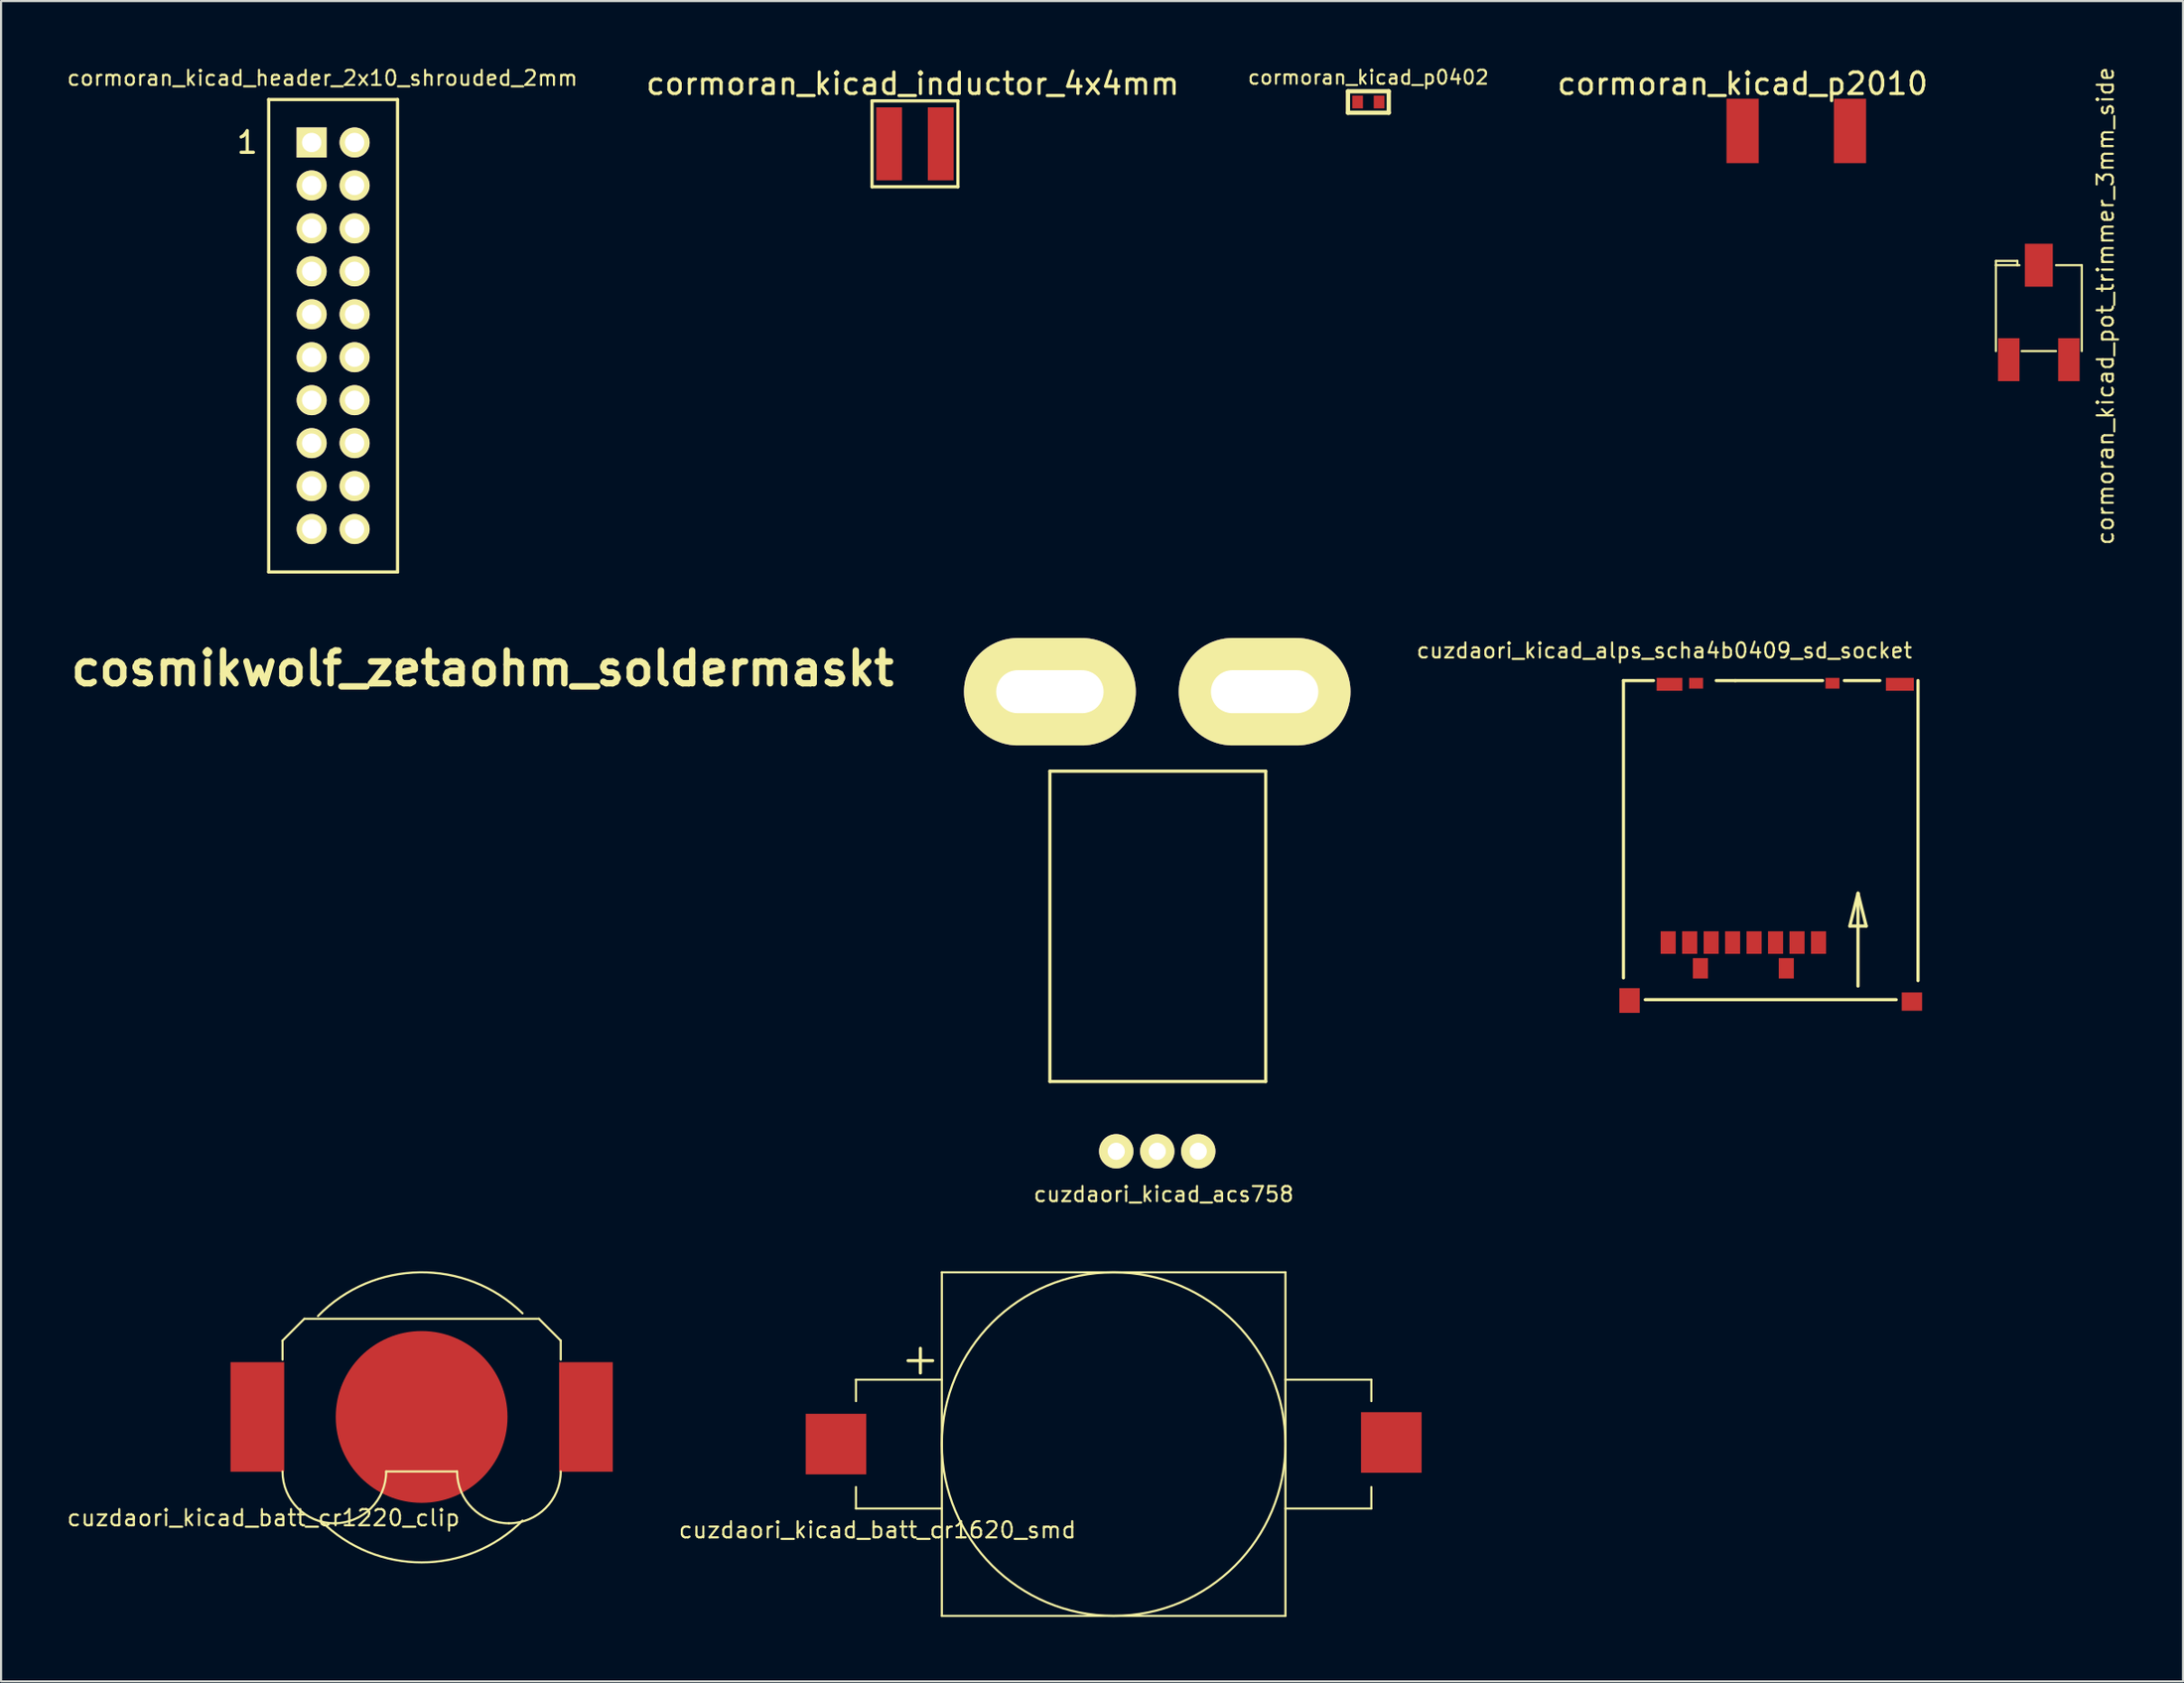
<source format=kicad_pcb>
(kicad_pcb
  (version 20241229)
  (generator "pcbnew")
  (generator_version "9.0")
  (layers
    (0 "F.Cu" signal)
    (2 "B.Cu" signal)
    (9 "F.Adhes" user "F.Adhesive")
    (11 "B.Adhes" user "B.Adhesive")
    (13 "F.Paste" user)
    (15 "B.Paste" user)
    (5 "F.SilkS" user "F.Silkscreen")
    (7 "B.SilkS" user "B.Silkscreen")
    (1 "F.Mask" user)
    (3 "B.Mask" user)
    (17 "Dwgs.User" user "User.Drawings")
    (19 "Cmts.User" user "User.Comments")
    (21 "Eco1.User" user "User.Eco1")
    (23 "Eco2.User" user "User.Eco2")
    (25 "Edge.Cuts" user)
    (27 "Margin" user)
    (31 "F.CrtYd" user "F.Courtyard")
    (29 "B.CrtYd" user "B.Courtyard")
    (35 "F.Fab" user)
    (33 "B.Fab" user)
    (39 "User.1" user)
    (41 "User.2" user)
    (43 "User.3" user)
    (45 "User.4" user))
  (footprint "cuzdaori_kicad_batt_cr1220_clip"
    (layer "F.Cu")
    (at 16.584 62.931)
    (property "Reference" "cuzdaori_kicad_batt_cr1220_clip" (at -7.366 4.699 0) (layer "F.SilkS") (effects (font (size 0.75 0.75) (thickness 0.1))))
    (attr through_hole)
    (fp_line (start -6.477 -3.556) (end -5.461 -4.572) (stroke (width 0.1) (type solid)) (layer "F.SilkS"))
    (fp_line (start -6.477 -2.667) (end -6.477 -3.556) (stroke (width 0.1) (type solid)) (layer "F.SilkS"))
    (fp_line (start -5.461 -4.572) (end 5.461 -4.572) (stroke (width 0.1) (type solid)) (layer "F.SilkS"))
    (fp_line (start 1.651 2.54) (end -1.651 2.54) (stroke (width 0.1) (type solid)) (layer "F.SilkS"))
    (fp_line (start 5.461 -4.572) (end 6.477 -3.556) (stroke (width 0.1) (type solid)) (layer "F.SilkS"))
    (fp_line (start 6.477 -3.556) (end 6.477 -2.667) (stroke (width 0.1) (type solid)) (layer "F.SilkS"))
    (fp_arc (start -4.826 -4.699) (mid -0.089803 -6.735192) (end 4.699 -4.826) (stroke (width 0.1) (type solid)) (layer "F.SilkS"))
    (fp_arc (start -4.064 4.953) (mid -5.770249 4.246249) (end -6.477 2.54) (stroke (width 0.1) (type solid)) (layer "F.SilkS"))
    (fp_arc (start -1.651 2.54) (mid -2.357751 4.246249) (end -4.064 4.953) (stroke (width 0.1) (type solid)) (layer "F.SilkS"))
    (fp_arc (start 4.064 4.953) (mid 2.357751 4.246249) (end 1.651 2.54) (stroke (width 0.1) (type solid)) (layer "F.SilkS"))
    (fp_arc (start 4.699 4.826) (mid 0 6.77239) (end -4.699 4.826) (stroke (width 0.1) (type solid)) (layer "F.SilkS"))
    (fp_arc (start 6.477 2.54) (mid 5.770249 4.246249) (end 4.064 4.953) (stroke (width 0.1) (type solid)) (layer "F.SilkS"))
    (pad "1" smd rect (at -7.65 0) (size 2.5 5.1) (layers "F.Cu" "F.Mask" "F.Paste"))
    (pad "2" smd rect (at 7.65 0) (size 2.5 5.1) (layers "F.Cu" "F.Mask" "F.Paste"))
    (pad "3" smd circle (at 0 0) (size 8 8) (layers "F.Cu" "F.Mask" "F.Paste")))
  (footprint "cormoran_kicad_header_2x10_shrouded_2mm"
    (layer "F.Cu")
    (at 11.463 3.585)
    (property "Reference" "cormoran_kicad_header_2x10_shrouded_2mm" (at 0.5 -3 0) (layer "F.SilkS") (effects (font (size 0.7 0.7) (thickness 0.1))))
    (attr through_hole)
    (fp_line (start -2 -2) (end 4 -2) (stroke (width 0.15) (type solid)) (layer "F.SilkS"))
    (fp_line (start -2 20) (end -2 -2) (stroke (width 0.15) (type solid)) (layer "F.SilkS"))
    (fp_line (start 4 -2) (end 4 20) (stroke (width 0.15) (type solid)) (layer "F.SilkS"))
    (fp_line (start 4 20) (end -2 20) (stroke (width 0.15) (type solid)) (layer "F.SilkS"))
    (fp_text user "1" (at -3 0 0) (layer "F.SilkS") (effects (font (size 1 1) (thickness 0.15))))
    (pad "1" thru_hole rect (at 0 0) (size 1.4 1.4) (drill 0.9) (layers "*.Cu" "*.Mask" "F.SilkS"))
    (pad "2" thru_hole circle (at 2 0) (size 1.4 1.4) (drill 0.9) (layers "*.Cu" "*.Mask" "F.SilkS"))
    (pad "3" thru_hole circle (at 0 2) (size 1.4 1.4) (drill 0.9) (layers "*.Cu" "*.Mask" "F.SilkS"))
    (pad "4" thru_hole circle (at 2 2) (size 1.4 1.4) (drill 0.9) (layers "*.Cu" "*.Mask" "F.SilkS"))
    (pad "5" thru_hole circle (at 0 4) (size 1.4 1.4) (drill 0.9) (layers "*.Cu" "*.Mask" "F.SilkS"))
    (pad "6" thru_hole circle (at 2 4) (size 1.4 1.4) (drill 0.9) (layers "*.Cu" "*.Mask" "F.SilkS"))
    (pad "7" thru_hole circle (at 0 6) (size 1.4 1.4) (drill 0.9) (layers "*.Cu" "*.Mask" "F.SilkS"))
    (pad "8" thru_hole circle (at 2 6) (size 1.4 1.4) (drill 0.9) (layers "*.Cu" "*.Mask" "F.SilkS"))
    (pad "9" thru_hole circle (at 0 8) (size 1.4 1.4) (drill 0.9) (layers "*.Cu" "*.Mask" "F.SilkS"))
    (pad "10" thru_hole circle (at 2 8) (size 1.4 1.4) (drill 0.9) (layers "*.Cu" "*.Mask" "F.SilkS"))
    (pad "11" thru_hole circle (at 0 10) (size 1.4 1.4) (drill 0.9) (layers "*.Cu" "*.Mask" "F.SilkS"))
    (pad "12" thru_hole circle (at 2 10) (size 1.4 1.4) (drill 0.9) (layers "*.Cu" "*.Mask" "F.SilkS"))
    (pad "13" thru_hole circle (at 0 12) (size 1.4 1.4) (drill 0.9) (layers "*.Cu" "*.Mask" "F.SilkS"))
    (pad "14" thru_hole circle (at 2 12) (size 1.4 1.4) (drill 0.9) (layers "*.Cu" "*.Mask" "F.SilkS"))
    (pad "15" thru_hole circle (at 0 14) (size 1.4 1.4) (drill 0.9) (layers "*.Cu" "*.Mask" "F.SilkS"))
    (pad "16" thru_hole circle (at 2 14) (size 1.4 1.4) (drill 0.9) (layers "*.Cu" "*.Mask" "F.SilkS"))
    (pad "17" thru_hole circle (at 0 16) (size 1.4 1.4) (drill 0.9) (layers "*.Cu" "*.Mask" "F.SilkS"))
    (pad "18" thru_hole circle (at 2 16) (size 1.4 1.4) (drill 0.9) (layers "*.Cu" "*.Mask" "F.SilkS"))
    (pad "19" thru_hole circle (at 0 18) (size 1.4 1.4) (drill 0.9) (layers "*.Cu" "*.Mask" "F.SilkS"))
    (pad "20" thru_hole circle (at 2 18) (size 1.4 1.4) (drill 0.9) (layers "*.Cu" "*.Mask" "F.SilkS")))
  (footprint "cuzdaori_kicad_alps_scha4b0409_sd_socket"
    (layer "F.Cu")
    (at 79.407 28.515)
    (property "Reference" "cuzdaori_kicad_alps_scha4b0409_sd_socket" (at -4.953 -1.27 0) (layer "F.SilkS") (effects (font (size 0.7 0.7) (thickness 0.1))))
    (attr through_hole)
    (fp_line (start -6.858 0.127) (end -5.461 0.127) (stroke (width 0.15) (type solid)) (layer "F.SilkS"))
    (fp_line (start -6.858 13.97) (end -6.858 0.127) (stroke (width 0.15) (type solid)) (layer "F.SilkS"))
    (fp_line (start -2.537 0.127) (end -1.648 0.127) (stroke (width 0.15) (type solid)) (layer "F.SilkS"))
    (fp_line (start -1.651 0.127) (end 2.413 0.127) (stroke (width 0.15) (type solid)) (layer "F.SilkS"))
    (fp_line (start 3.429 0.127) (end 5.08 0.127) (stroke (width 0.15) (type solid)) (layer "F.SilkS"))
    (fp_line (start 3.683 11.557) (end 4.445 11.557) (stroke (width 0.15) (type solid)) (layer "F.SilkS"))
    (fp_line (start 4.064 10.033) (end 3.683 11.557) (stroke (width 0.15) (type solid)) (layer "F.SilkS"))
    (fp_line (start 4.064 14.351) (end 4.064 10.033) (stroke (width 0.15) (type solid)) (layer "F.SilkS"))
    (fp_line (start 4.445 11.557) (end 4.064 10.033) (stroke (width 0.15) (type solid)) (layer "F.SilkS"))
    (fp_line (start 5.842 14.986) (end -5.842 14.986) (stroke (width 0.15) (type solid)) (layer "F.SilkS"))
    (fp_line (start 6.858 0.127) (end 6.858 14.097) (stroke (width 0.15) (type solid)) (layer "F.SilkS"))
    (pad "1" smd rect (at 2.225 12.325) (size 0.7 1.05) (layers "F.Cu" "F.Mask" "F.Paste"))
    (pad "2" smd rect (at 1.225 12.325) (size 0.7 1.05) (layers "F.Cu" "F.Mask" "F.Paste"))
    (pad "3" smd rect (at 0.225 12.325) (size 0.7 1.05) (layers "F.Cu" "F.Mask" "F.Paste"))
    (pad "4" smd rect (at -0.775 12.325) (size 0.7 1.05) (layers "F.Cu" "F.Mask" "F.Paste"))
    (pad "5" smd rect (at -1.775 12.325) (size 0.7 1.05) (layers "F.Cu" "F.Mask" "F.Paste"))
    (pad "6" smd rect (at -2.775 12.325) (size 0.7 1.05) (layers "F.Cu" "F.Mask" "F.Paste"))
    (pad "7" smd rect (at -3.775 12.325) (size 0.7 1.05) (layers "F.Cu" "F.Mask" "F.Paste"))
    (pad "8" smd rect (at -4.775 12.325) (size 0.7 1.05) (layers "F.Cu" "F.Mask" "F.Paste"))
    (pad "9" smd rect (at -3.475 0.25) (size 0.65 0.5) (layers "F.Cu" "F.Mask" "F.Paste"))
    (pad "10" smd rect (at 2.875 0.25) (size 0.65 0.5) (layers "F.Cu" "F.Mask" "F.Paste"))
    (pad "11" smd rect (at 6.575 15.075) (size 0.95 0.85) (layers "F.Cu" "F.Mask" "F.Paste"))
    (pad "12" smd rect (at -6.575 15.025) (size 0.95 1.15) (layers "F.Cu" "F.Mask" "F.Paste"))
    (pad "13" smd rect (at 0.725 13.525) (size 0.7 0.95) (layers "F.Cu" "F.Mask" "F.Paste"))
    (pad "14" smd rect (at -3.275 13.525) (size 0.7 0.95) (layers "F.Cu" "F.Mask" "F.Paste"))
    (pad "15" smd rect (at 6.013 0.3) (size 1.3 0.6) (layers "F.Cu" "F.Mask" "F.Paste"))
    (pad "16" smd rect (at -4.713 0.3) (size 1.2 0.6) (layers "F.Cu" "F.Mask" "F.Paste")))
  (footprint "cormoran_kicad_p0402"
    (layer "F.Cu")
    (at 60.67 1.701)
    (property "Reference" "cormoran_kicad_p0402" (at 0 -1.15 0) (layer "F.SilkS") (effects (font (size 0.65 0.65) (thickness 0.098))))
    (attr smd)
    (fp_line (start -0.95 -0.5) (end 0.95 -0.5) (stroke (width 0.2) (type solid)) (layer "F.SilkS"))
    (fp_line (start -0.95 0.5) (end -0.95 -0.5) (stroke (width 0.2) (type solid)) (layer "F.SilkS"))
    (fp_line (start 0.95 -0.5) (end 0.95 0.5) (stroke (width 0.2) (type solid)) (layer "F.SilkS"))
    (fp_line (start 0.95 0.5) (end -0.95 0.5) (stroke (width 0.2) (type solid)) (layer "F.SilkS"))
    (pad "1" smd rect (at -0.5 0) (size 0.5 0.6) (layers "F.Cu" "F.Mask" "F.Paste"))
    (pad "2" smd rect (at 0.5 0) (size 0.5 0.6) (layers "F.Cu" "F.Mask" "F.Paste")))
  (footprint "cormoran_kicad_p2010"
    (layer "F.Cu")
    (at 80.597 3.048)
    (property "Reference" "cormoran_kicad_p2010" (at -2.5 -2.2 0) (layer "F.SilkS") (effects (font (size 1 1) (thickness 0.15))))
    (attr through_hole)
    (pad "1" smd rect (at -2.5 0) (size 1.5 3) (layers "F.Cu" "F.Mask" "F.Paste"))
    (pad "2" smd rect (at 2.5 0) (size 1.5 3) (layers "F.Cu" "F.Mask" "F.Paste")))
  (footprint "cormoran_kicad_inductor_4x4mm"
    (layer "F.Cu")
    (at 39.556 3.648)
    (property "Reference" "cormoran_kicad_inductor_4x4mm" (at -0.1 -2.8 0) (layer "F.SilkS") (effects (font (size 1 1) (thickness 0.15))))
    (attr through_hole)
    (fp_line (start -2 -2) (end 2 -2) (stroke (width 0.15) (type solid)) (layer "F.SilkS"))
    (fp_line (start -2 2) (end -2 -2) (stroke (width 0.15) (type solid)) (layer "F.SilkS"))
    (fp_line (start 2 -2) (end 2 2) (stroke (width 0.15) (type solid)) (layer "F.SilkS"))
    (fp_line (start 2 2) (end -2 2) (stroke (width 0.15) (type solid)) (layer "F.SilkS"))
    (pad "1" smd rect (at -1.2 0) (size 1.2 3.4) (layers "F.Cu" "F.Mask" "F.Paste"))
    (pad "2" smd rect (at 1.2 0) (size 1.2 3.4) (layers "F.Cu" "F.Mask" "F.Paste")))
  (footprint "cuzdaori_kicad_acs758"
    (layer "F.Cu")
    (at 50.84 29.16)
    (property "Reference" "cuzdaori_kicad_acs758" (at 0.3 23.4 0) (layer "F.SilkS") (effects (font (size 0.7 0.7) (thickness 0.1))))
    (attr through_hole)
    (fp_line (start -5 3.7) (end 5.05 3.7) (stroke (width 0.15) (type solid)) (layer "F.SilkS"))
    (fp_line (start -5 18.15) (end -5 3.7) (stroke (width 0.15) (type solid)) (layer "F.SilkS"))
    (fp_line (start 5.05 3.7) (end 5.05 18.15) (stroke (width 0.15) (type solid)) (layer "F.SilkS"))
    (fp_line (start 5.05 18.15) (end -5 18.15) (stroke (width 0.15) (type solid)) (layer "F.SilkS"))
    (pad "1" thru_hole oval (at 5 0) (size 8 5) (drill oval 5 2) (layers "*.Cu" "*.Mask" "F.SilkS"))
    (pad "2" thru_hole oval (at -5 0) (size 8 5) (drill oval 5 2) (layers "*.Cu" "*.Mask" "F.SilkS"))
    (pad "3" thru_hole circle (at -1.91 21.4) (size 1.6 1.6) (drill 0.8) (layers "*.Cu" "*.Mask" "F.SilkS"))
    (pad "4" thru_hole circle (at 0 21.4) (size 1.6 1.6) (drill 0.8) (layers "*.Cu" "*.Mask" "F.SilkS"))
    (pad "5" thru_hole circle (at 1.91 21.4) (size 1.6 1.6) (drill 0.8) (layers "*.Cu" "*.Mask" "F.SilkS")))
  (footprint "cormoran_kicad_pot_trimmer_3mm_side"
    (layer "F.Cu")
    (at 91.892 9.3)
    (property "Reference" "cormoran_kicad_pot_trimmer_3mm_side" (at 3.1 1.9 90) (layer "F.SilkS") (effects (font (size 0.75 0.75) (thickness 0.1))))
    (attr through_hole)
    (fp_line (start -2 -0.2) (end -1 -0.2) (stroke (width 0.1) (type solid)) (layer "F.SilkS"))
    (fp_line (start -2 0) (end -2 -0.2) (stroke (width 0.1) (type solid)) (layer "F.SilkS"))
    (fp_line (start -2 0) (end -2 4) (stroke (width 0.1) (type solid)) (layer "F.SilkS"))
    (fp_line (start -1 -0.2) (end -1 0) (stroke (width 0.1) (type solid)) (layer "F.SilkS"))
    (fp_line (start -0.9 0) (end -2 0) (stroke (width 0.1) (type solid)) (layer "F.SilkS"))
    (fp_line (start -0.8 4) (end 0.8 4) (stroke (width 0.1) (type solid)) (layer "F.SilkS"))
    (fp_line (start 2 0) (end 0.8 0) (stroke (width 0.1) (type solid)) (layer "F.SilkS"))
    (fp_line (start 2 4) (end 2 0) (stroke (width 0.1) (type solid)) (layer "F.SilkS"))
    (pad "1" smd rect (at 1.4 4.4) (size 1 2) (layers "F.Cu" "F.Mask" "F.Paste"))
    (pad "2" smd rect (at -1.4 4.4) (size 1 2) (layers "F.Cu" "F.Mask" "F.Paste"))
    (pad "3" smd rect (at 0 0) (size 1.3 2) (layers "F.Cu" "F.Mask" "F.Paste")))
  (footprint "cuzdaori_kicad_batt_cr1620_smd"
    (layer "F.Cu")
    (at 48.809 64.195)
    (property "Reference" "cuzdaori_kicad_batt_cr1620_smd" (at -11 4 0) (layer "F.SilkS") (effects (font (size 0.75 0.75) (thickness 0.1))))
    (attr through_hole)
    (fp_line (start -12 -3) (end -8 -3) (stroke (width 0.1) (type solid)) (layer "F.SilkS"))
    (fp_line (start -12 -2) (end -12 -3) (stroke (width 0.1) (type solid)) (layer "F.SilkS"))
    (fp_line (start -12 3) (end -12 2) (stroke (width 0.1) (type solid)) (layer "F.SilkS"))
    (fp_line (start -8 -8) (end 8 -8) (stroke (width 0.1) (type solid)) (layer "F.SilkS"))
    (fp_line (start -8 3) (end -12 3) (stroke (width 0.1) (type solid)) (layer "F.SilkS"))
    (fp_line (start -8 8) (end -8 -8) (stroke (width 0.1) (type solid)) (layer "F.SilkS"))
    (fp_line (start 8 -8) (end 8 8) (stroke (width 0.1) (type solid)) (layer "F.SilkS"))
    (fp_line (start 8 -3) (end 12 -3) (stroke (width 0.1) (type solid)) (layer "F.SilkS"))
    (fp_line (start 8 8) (end -8 8) (stroke (width 0.1) (type solid)) (layer "F.SilkS"))
    (fp_line (start 12 -3) (end 12 -2) (stroke (width 0.1) (type solid)) (layer "F.SilkS"))
    (fp_line (start 12 2) (end 12 3) (stroke (width 0.1) (type solid)) (layer "F.SilkS"))
    (fp_line (start 12 3) (end 8 3) (stroke (width 0.1) (type solid)) (layer "F.SilkS"))
    (fp_circle (center 0 0) (end 8 0) (stroke (width 0.1) (type solid)) (fill no) (layer "F.SilkS"))
    (fp_text user "+" (at -9 -4 0) (layer "F.SilkS") (effects (font (size 1.5 1.5) (thickness 0.15))))
    (pad "+" smd rect (at -12.93 0) (size 2.82 2.82) (layers "F.Cu" "F.Mask" "F.Paste"))
    (pad "-" smd rect (at 12.93 -0.076) (size 2.82 2.82) (layers "F.Cu" "F.Mask" "F.Paste")))
  (footprint "cosmikwolf_zetaohm_soldermaskt"
    (layer "F.Cu")
    (at 19.42 28.078)
    (property "Reference" "cosmikwolf_zetaohm_soldermaskt" (at 0 0 0) (layer "F.SilkS") (effects (font (size 1.524 1.524) (thickness 0.3))))
    (attr through_hole)
    (fp_poly (pts (xy -1.524 2.54) (xy -3.26 2.54) (xy -4.995 2.54) (xy -4.995 2.032) (xy -4.995 1.524) (xy -3.26 1.524) (xy -1.524 1.524) (xy -1.524 2.032) (xy -1.524 2.54)) (stroke (width 0.1) (type solid)) (fill yes) (layer "F.Mask"))
    (fp_poly (pts (xy 4.995 2.54) (xy 3.26 2.54) (xy 1.524 2.54) (xy 1.524 2.032) (xy 1.524 1.524) (xy 3.26 1.524) (xy 4.995 1.524) (xy 4.995 2.032) (xy 4.995 2.54)) (stroke (width 0.1) (type solid)) (fill yes) (layer "F.Mask")))
  (gr_rect
    (start -3 -3)
    (end 98.606 75.245)
    (stroke (width 0.1) (type default))
    (fill no)
    (layer "Edge.Cuts")))
</source>
